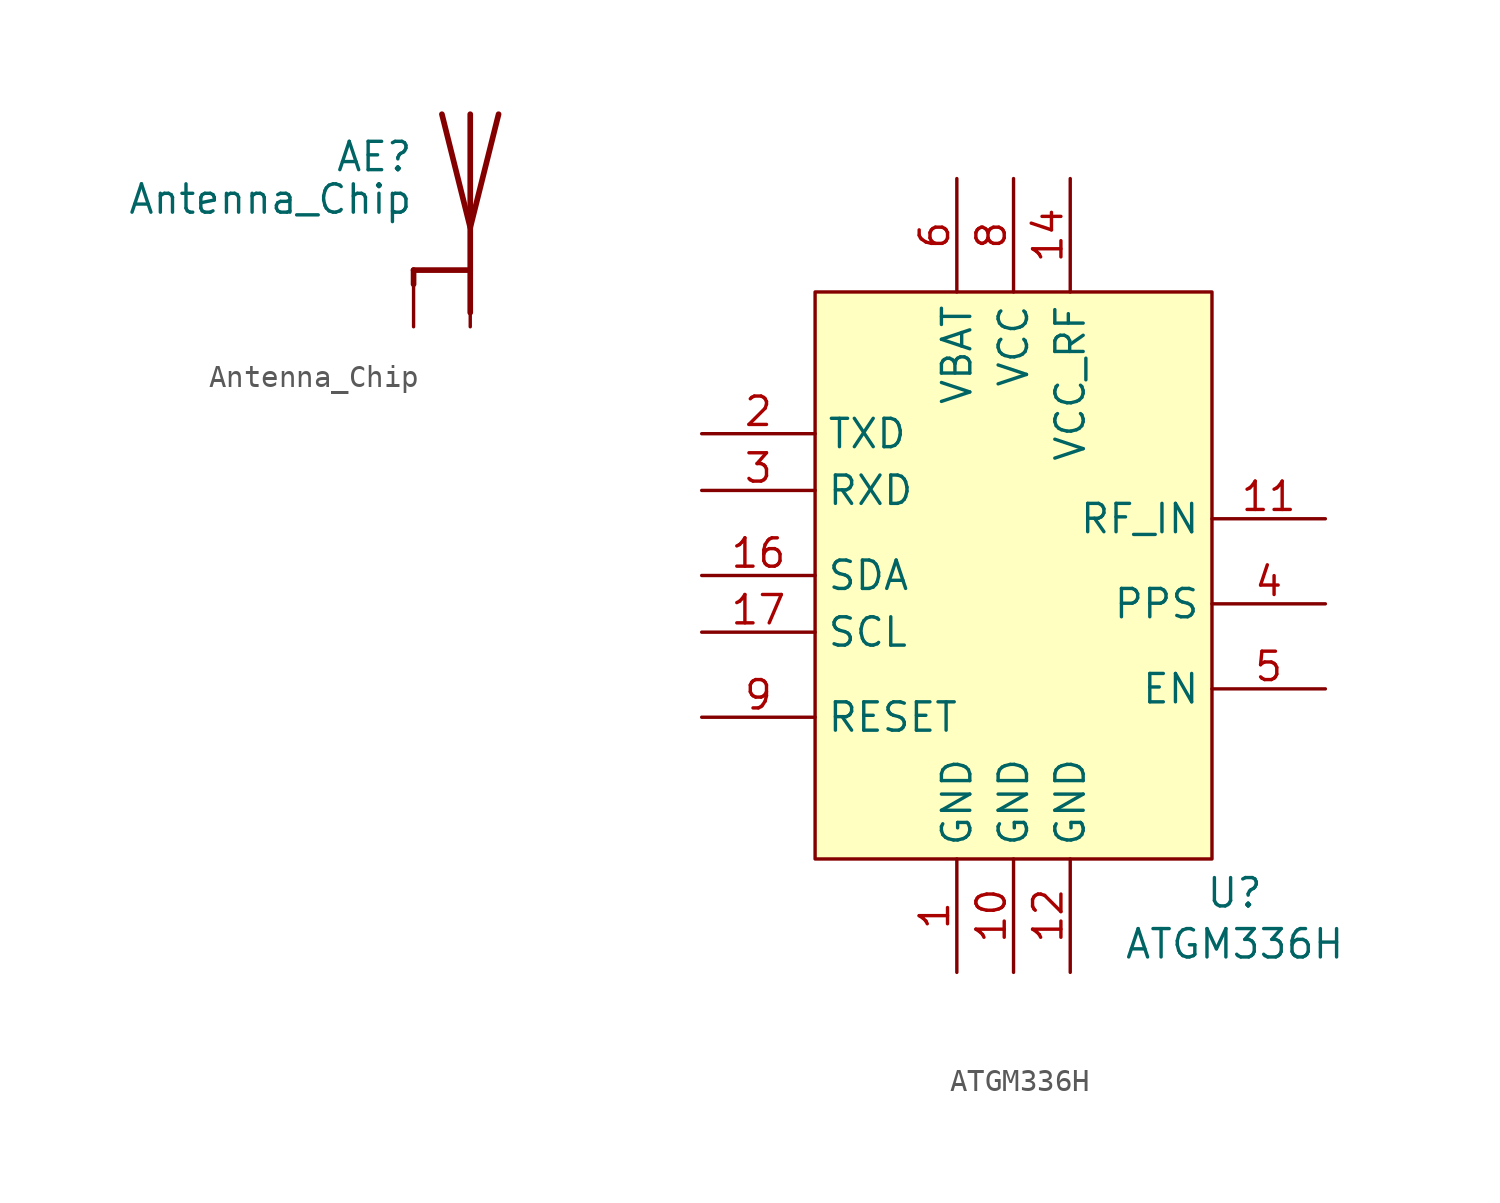
<source format=kicad_sym>
(kicad_symbol_lib
  (version 20231120)
  (generator "kicad_symbol_editor")
  (generator_version "8.0")
  (symbol "Antenna_Chip"
    (pin_numbers hide)
    (pin_names
      (offset 1.016) hide)
    (property "Reference" "AE"
      (at 0 5.08 0)
      (effects (font (size 1.27 1.27)) (justify right)))
    (property "Value" "Antenna_Chip"
      (at 0 3.175 0)
      (effects (font (size 1.27 1.27)) (justify right)))
    (symbol "Antenna_Chip_0_1"
      (polyline (pts (xy 0 0) (xy 0 -0.635)) (stroke (width 0.254) (type default)) (fill (type none)))
      (polyline (pts (xy 0 0) (xy 2.54 0)) (stroke (width 0.254) (type default)) (fill (type none)))
      (polyline (pts (xy 2.54 -0.635) (xy 2.54 0)) (stroke (width 0) (type default)) (fill (type none)))
      (polyline (pts (xy 2.54 6.985) (xy 2.54 -1.905)) (stroke (width 0.254) (type default)) (fill (type none)))
      (polyline (pts (xy 3.81 6.985) (xy 2.54 1.905) (xy 1.27 6.985)) (stroke (width 0.254) (type default)) (fill (type none))))
    (symbol "Antenna_Chip_1_1"
      (pin passive line (at 2.54 -2.54 90) (length 2.54) (name "FEED" (effects (font (size 1.27 1.27)))) (number "1" (effects (font (size 1.27 1.27)))))
      (pin input line (at 0 -2.54 90) (length 2.54) (name "GND" (effects (font (size 1.27 1.27)))) (number "2" (effects (font (size 1.27 1.27)))))))
  (symbol "ATGM336H"
    (property "Reference" "U"
      (at 9.906 -26.924 0)
      (effects (font (size 1.27 1.27))))
    (property "Value" "ATGM336H"
      (at 9.906 -29.21 0)
      (effects (font (size 1.27 1.27))))
    (symbol "ATGM336H_1_1"
      (rectangle (start -8.89 0) (end 8.89 -25.4) (stroke (width 0) (type default)) (fill (type background)))
      (pin input line (at -2.54 -30.48 90) (length 5.08) (name "GND" (effects (font (size 1.27 1.27)))) (number "1" (effects (font (size 1.27 1.27)))))
      (pin input line (at 0 -30.48 90) (length 5.08) (name "GND" (effects (font (size 1.27 1.27)))) (number "10" (effects (font (size 1.27 1.27)))))
      (pin input line (at 13.97 -10.16 180) (length 5.08) (name "RF_IN" (effects (font (size 1.27 1.27)))) (number "11" (effects (font (size 1.27 1.27)))))
      (pin input line (at 2.54 -30.48 90) (length 5.08) (name "GND" (effects (font (size 1.27 1.27)))) (number "12" (effects (font (size 1.27 1.27)))))
      (pin input line (at 2.54 5.08 270) (length 5.08) (name "VCC_RF" (effects (font (size 1.27 1.27)))) (number "14" (effects (font (size 1.27 1.27)))))
      (pin input line (at -13.97 -12.7 0) (length 5.08) (name "SDA" (effects (font (size 1.27 1.27)))) (number "16" (effects (font (size 1.27 1.27)))))
      (pin input line (at -13.97 -15.24 0) (length 5.08) (name "SCL" (effects (font (size 1.27 1.27)))) (number "17" (effects (font (size 1.27 1.27)))))
      (pin input line (at -13.97 -6.35 0) (length 5.08) (name "TXD" (effects (font (size 1.27 1.27)))) (number "2" (effects (font (size 1.27 1.27)))))
      (pin input line (at -13.97 -8.89 0) (length 5.08) (name "RXD" (effects (font (size 1.27 1.27)))) (number "3" (effects (font (size 1.27 1.27)))))
      (pin input line (at 13.97 -13.97 180) (length 5.08) (name "PPS" (effects (font (size 1.27 1.27)))) (number "4" (effects (font (size 1.27 1.27)))))
      (pin input line (at 13.97 -17.78 180) (length 5.08) (name "EN" (effects (font (size 1.27 1.27)))) (number "5" (effects (font (size 1.27 1.27)))))
      (pin input line (at -2.54 5.08 270) (length 5.08) (name "VBAT" (effects (font (size 1.27 1.27)))) (number "6" (effects (font (size 1.27 1.27)))))
      (pin input line (at 0 5.08 270) (length 5.08) (name "VCC" (effects (font (size 1.27 1.27)))) (number "8" (effects (font (size 1.27 1.27)))))
      (pin input line (at -13.97 -19.05 0) (length 5.08) (name "RESET" (effects (font (size 1.27 1.27)))) (number "9" (effects (font (size 1.27 1.27))))))))
</source>
